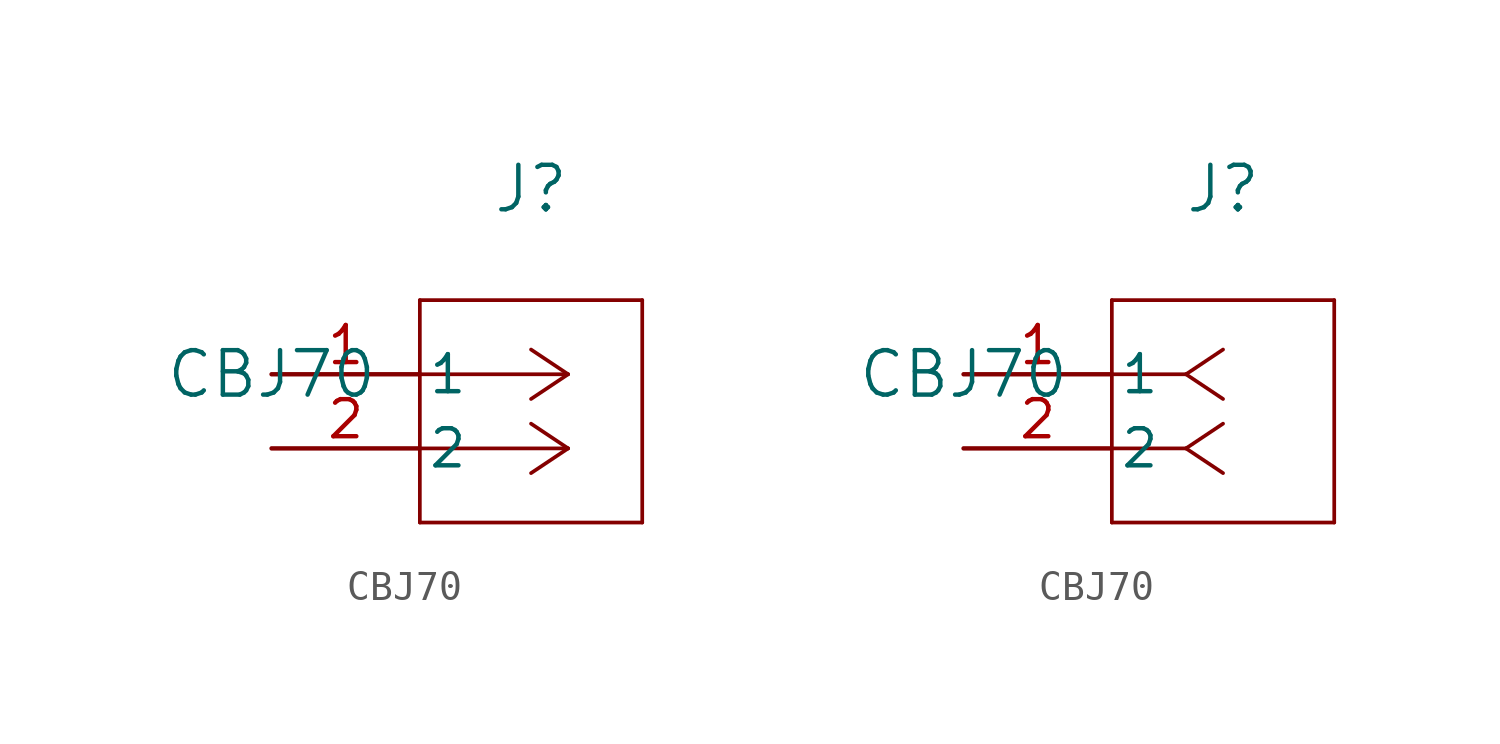
<source format=kicad_sym>
(kicad_symbol_lib
  (version 20211014)
  (generator kicad_symbol_editor)
  (symbol "CBJ70"
    (pin_names
      (offset 0.254))
    (property "Reference" "J"
      (at 8.89 6.35 0)
      (effects (font (size 1.524 1.524))))
    (property "Value" "CBJ70"
      (at 0 0 0)
      (effects (font (size 1.524 1.524))))
    (symbol "CBJ70_1_1"
      (polyline (pts (xy 10.16 0) (xy 5.08 0)) (stroke (width 0.127) (type default) (color 0 0 0 0)) (fill (type none)))
      (polyline (pts (xy 10.16 -2.54) (xy 5.08 -2.54)) (stroke (width 0.127) (type default) (color 0 0 0 0)) (fill (type none)))
      (polyline (pts (xy 10.16 0) (xy 8.89 0.847)) (stroke (width 0.127) (type default) (color 0 0 0 0)) (fill (type none)))
      (polyline (pts (xy 10.16 -2.54) (xy 8.89 -1.693)) (stroke (width 0.127) (type default) (color 0 0 0 0)) (fill (type none)))
      (polyline (pts (xy 10.16 0) (xy 8.89 -0.847)) (stroke (width 0.127) (type default) (color 0 0 0 0)) (fill (type none)))
      (polyline (pts (xy 10.16 -2.54) (xy 8.89 -3.387)) (stroke (width 0.127) (type default) (color 0 0 0 0)) (fill (type none)))
      (polyline (pts (xy 5.08 2.54) (xy 5.08 -5.08)) (stroke (width 0.127) (type default) (color 0 0 0 0)) (fill (type none)))
      (polyline (pts (xy 5.08 -5.08) (xy 12.7 -5.08)) (stroke (width 0.127) (type default) (color 0 0 0 0)) (fill (type none)))
      (polyline (pts (xy 12.7 -5.08) (xy 12.7 2.54)) (stroke (width 0.127) (type default) (color 0 0 0 0)) (fill (type none)))
      (polyline (pts (xy 12.7 2.54) (xy 5.08 2.54)) (stroke (width 0.127) (type default) (color 0 0 0 0)) (fill (type none)))
      (pin unspecified line (at 0 0 0) (length 5.08) (name "1" (effects (font (size 1.27 1.27)))) (number "1" (effects (font (size 1.27 1.27)))))
      (pin unspecified line (at 0 -2.54 0) (length 5.08) (name "2" (effects (font (size 1.27 1.27)))) (number "2" (effects (font (size 1.27 1.27))))))
    (symbol "CBJ70_1_2"
      (polyline (pts (xy 7.62 0) (xy 5.08 0)) (stroke (width 0.127) (type default) (color 0 0 0 0)) (fill (type none)))
      (polyline (pts (xy 7.62 -2.54) (xy 5.08 -2.54)) (stroke (width 0.127) (type default) (color 0 0 0 0)) (fill (type none)))
      (polyline (pts (xy 7.62 0) (xy 8.89 0.847)) (stroke (width 0.127) (type default) (color 0 0 0 0)) (fill (type none)))
      (polyline (pts (xy 7.62 -2.54) (xy 8.89 -1.693)) (stroke (width 0.127) (type default) (color 0 0 0 0)) (fill (type none)))
      (polyline (pts (xy 7.62 0) (xy 8.89 -0.847)) (stroke (width 0.127) (type default) (color 0 0 0 0)) (fill (type none)))
      (polyline (pts (xy 7.62 -2.54) (xy 8.89 -3.387)) (stroke (width 0.127) (type default) (color 0 0 0 0)) (fill (type none)))
      (polyline (pts (xy 5.08 2.54) (xy 5.08 -5.08)) (stroke (width 0.127) (type default) (color 0 0 0 0)) (fill (type none)))
      (polyline (pts (xy 5.08 -5.08) (xy 12.7 -5.08)) (stroke (width 0.127) (type default) (color 0 0 0 0)) (fill (type none)))
      (polyline (pts (xy 12.7 -5.08) (xy 12.7 2.54)) (stroke (width 0.127) (type default) (color 0 0 0 0)) (fill (type none)))
      (polyline (pts (xy 12.7 2.54) (xy 5.08 2.54)) (stroke (width 0.127) (type default) (color 0 0 0 0)) (fill (type none)))
      (pin unspecified line (at 0 0 0) (length 5.08) (name "1" (effects (font (size 1.27 1.27)))) (number "1" (effects (font (size 1.27 1.27)))))
      (pin unspecified line (at 0 -2.54 0) (length 5.08) (name "2" (effects (font (size 1.27 1.27)))) (number "2" (effects (font (size 1.27 1.27))))))))
</source>
